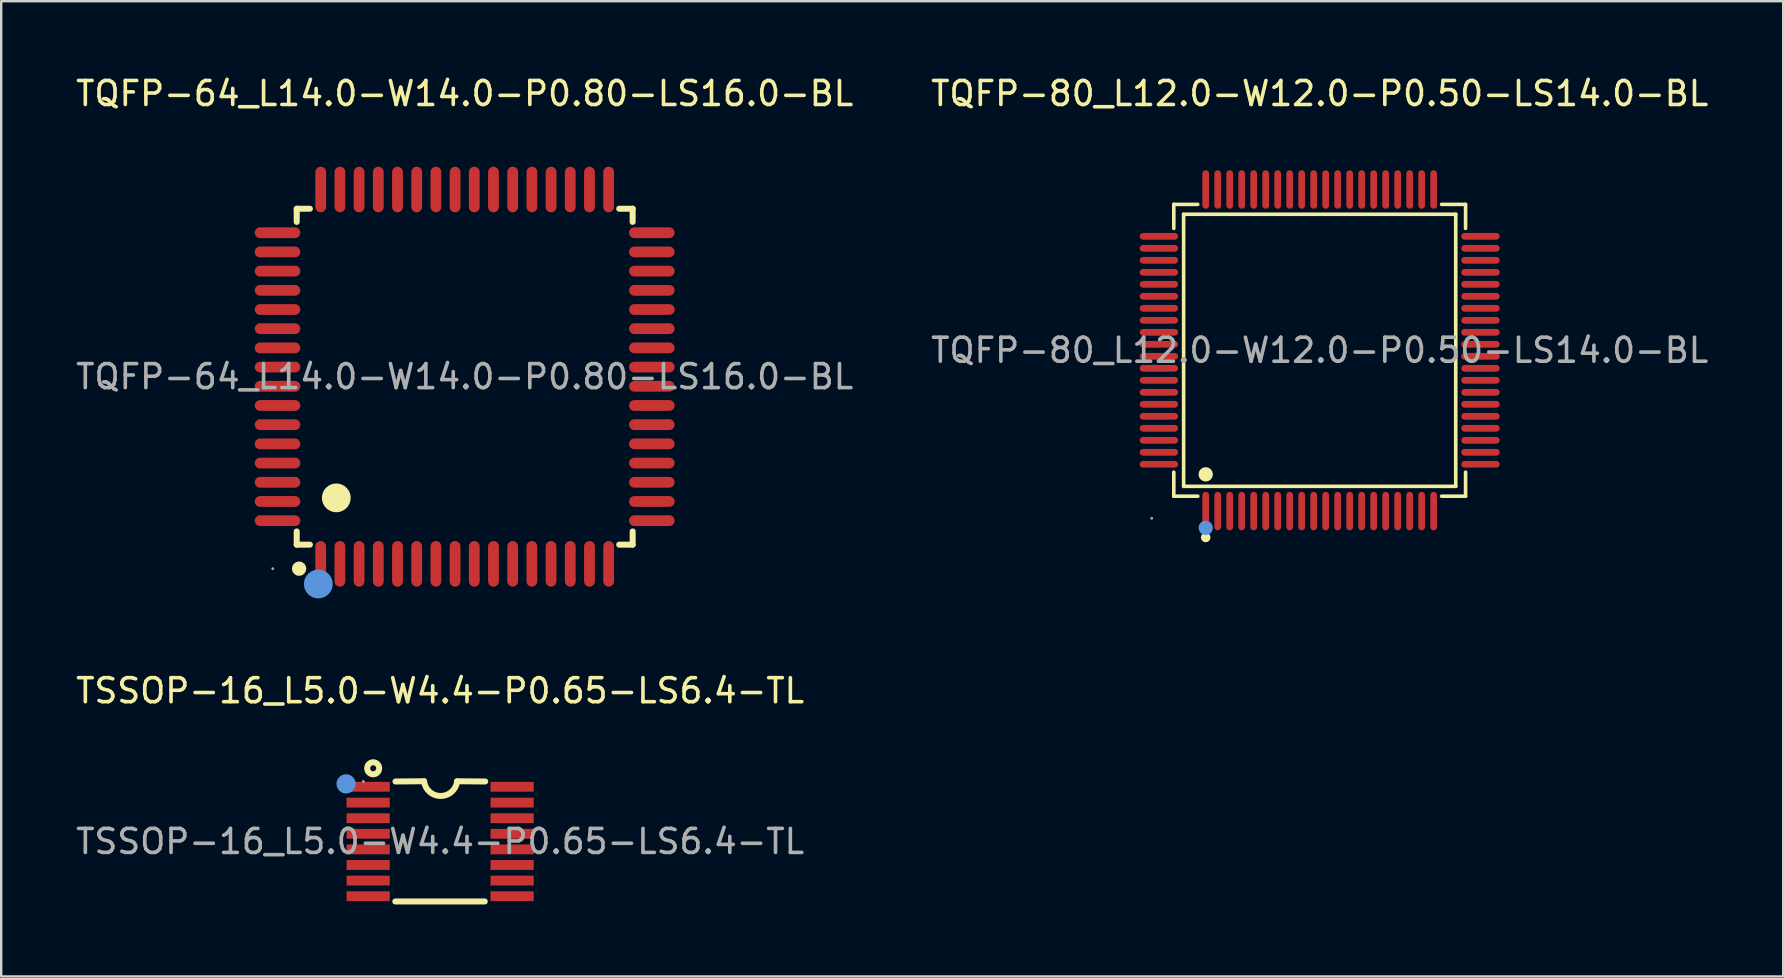
<source format=kicad_pcb>
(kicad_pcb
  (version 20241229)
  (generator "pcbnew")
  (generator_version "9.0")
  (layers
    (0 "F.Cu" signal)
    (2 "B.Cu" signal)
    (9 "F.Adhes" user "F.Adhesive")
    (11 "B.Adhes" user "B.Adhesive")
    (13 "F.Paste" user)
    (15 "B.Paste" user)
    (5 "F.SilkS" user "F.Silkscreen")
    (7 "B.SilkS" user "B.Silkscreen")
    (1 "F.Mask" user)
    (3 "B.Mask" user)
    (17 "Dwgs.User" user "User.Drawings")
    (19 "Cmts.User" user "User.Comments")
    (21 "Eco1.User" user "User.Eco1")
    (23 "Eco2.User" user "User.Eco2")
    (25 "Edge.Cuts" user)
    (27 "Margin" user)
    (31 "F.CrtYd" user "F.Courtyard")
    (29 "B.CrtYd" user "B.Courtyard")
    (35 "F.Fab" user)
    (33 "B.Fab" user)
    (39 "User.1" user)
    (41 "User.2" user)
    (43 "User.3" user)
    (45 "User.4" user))
  (footprint "TQFP-64_L14.0-W14.0-P0.80-LS16.0-BL"
    (layer "F.Cu")
    (at 16.315 12.648)
    (property "Reference" "TQFP-64_L14.0-W14.0-P0.80-LS16.0-BL" (at 0 -11.8 0) (layer "F.SilkS") (effects (font (size 1 1) (thickness 0.15))))
    (attr through_hole)
    (fp_line (start -7 -7) (end -6.45 -7) (stroke (width 0.25) (type solid)) (layer "F.SilkS"))
    (fp_line (start -7 -6.45) (end -7 -7) (stroke (width 0.25) (type solid)) (layer "F.SilkS"))
    (fp_line (start -7 7) (end -7 6.45) (stroke (width 0.25) (type solid)) (layer "F.SilkS"))
    (fp_line (start -6.45 7) (end -7 7) (stroke (width 0.25) (type solid)) (layer "F.SilkS"))
    (fp_line (start 6.44 -7) (end 7 -7) (stroke (width 0.25) (type solid)) (layer "F.SilkS"))
    (fp_line (start 7 -7) (end 7 -6.45) (stroke (width 0.25) (type solid)) (layer "F.SilkS"))
    (fp_line (start 7 6.45) (end 7 7) (stroke (width 0.25) (type solid)) (layer "F.SilkS"))
    (fp_line (start 7 7) (end 6.44 7) (stroke (width 0.25) (type solid)) (layer "F.SilkS"))
    (fp_arc (start -6.9 7.85) (mid -6.895001 8.149917) (end -6.909993 7.850333) (stroke (width 0.3) (type solid)) (layer "F.SilkS"))
    (fp_arc (start -5.35 5.05) (mid -5.35 5.05) (end -5.35 5.05) (stroke (width 0.6) (type solid)) (layer "F.SilkS"))
    (fp_circle (center -6.1 8.64) (end -5.8 8.64) (stroke (width 0.6) (type solid)) (fill no) (layer "Cmts.User"))
    (fp_circle (center -8 8) (end -7.97 8) (stroke (width 0.06) (type solid)) (fill no) (layer "F.Fab"))
    (fp_text user "${REFERENCE}" (at 0 0 0) (layer "F.Fab") (effects (font (size 1 1) (thickness 0.15))))
    (pad "1" smd oval (at -6 7.8 90) (size 1.9 0.45) (layers "F.Cu" "F.Mask" "F.Paste"))
    (pad "2" smd oval (at -5.2 7.8 90) (size 1.9 0.45) (layers "F.Cu" "F.Mask" "F.Paste"))
    (pad "3" smd oval (at -4.4 7.8 90) (size 1.9 0.45) (layers "F.Cu" "F.Mask" "F.Paste"))
    (pad "4" smd oval (at -3.6 7.8 90) (size 1.9 0.45) (layers "F.Cu" "F.Mask" "F.Paste"))
    (pad "5" smd oval (at -2.8 7.8 90) (size 1.9 0.45) (layers "F.Cu" "F.Mask" "F.Paste"))
    (pad "6" smd oval (at -2 7.8 90) (size 1.9 0.45) (layers "F.Cu" "F.Mask" "F.Paste"))
    (pad "7" smd oval (at -1.2 7.8 90) (size 1.9 0.45) (layers "F.Cu" "F.Mask" "F.Paste"))
    (pad "8" smd oval (at -0.4 7.8 90) (size 1.9 0.45) (layers "F.Cu" "F.Mask" "F.Paste"))
    (pad "9" smd oval (at 0.4 7.8 90) (size 1.9 0.45) (layers "F.Cu" "F.Mask" "F.Paste"))
    (pad "10" smd oval (at 1.2 7.8 90) (size 1.9 0.45) (layers "F.Cu" "F.Mask" "F.Paste"))
    (pad "11" smd oval (at 2 7.8 90) (size 1.9 0.45) (layers "F.Cu" "F.Mask" "F.Paste"))
    (pad "12" smd oval (at 2.8 7.8 90) (size 1.9 0.45) (layers "F.Cu" "F.Mask" "F.Paste"))
    (pad "13" smd oval (at 3.6 7.8 90) (size 1.9 0.45) (layers "F.Cu" "F.Mask" "F.Paste"))
    (pad "14" smd oval (at 4.4 7.8 90) (size 1.9 0.45) (layers "F.Cu" "F.Mask" "F.Paste"))
    (pad "15" smd oval (at 5.2 7.8 90) (size 1.9 0.45) (layers "F.Cu" "F.Mask" "F.Paste"))
    (pad "16" smd oval (at 6 7.8 90) (size 1.9 0.45) (layers "F.Cu" "F.Mask" "F.Paste"))
    (pad "17" smd oval (at 7.8 6 90) (size 0.45 1.9) (layers "F.Cu" "F.Mask" "F.Paste"))
    (pad "18" smd oval (at 7.8 5.2 90) (size 0.45 1.9) (layers "F.Cu" "F.Mask" "F.Paste"))
    (pad "19" smd oval (at 7.8 4.4 90) (size 0.45 1.9) (layers "F.Cu" "F.Mask" "F.Paste"))
    (pad "20" smd oval (at 7.8 3.6 90) (size 0.45 1.9) (layers "F.Cu" "F.Mask" "F.Paste"))
    (pad "21" smd oval (at 7.8 2.8 90) (size 0.45 1.9) (layers "F.Cu" "F.Mask" "F.Paste"))
    (pad "22" smd oval (at 7.8 2 90) (size 0.45 1.9) (layers "F.Cu" "F.Mask" "F.Paste"))
    (pad "23" smd oval (at 7.8 1.2 90) (size 0.45 1.9) (layers "F.Cu" "F.Mask" "F.Paste"))
    (pad "24" smd oval (at 7.8 0.4 90) (size 0.45 1.9) (layers "F.Cu" "F.Mask" "F.Paste"))
    (pad "25" smd oval (at 7.8 -0.4 90) (size 0.45 1.9) (layers "F.Cu" "F.Mask" "F.Paste"))
    (pad "26" smd oval (at 7.8 -1.2 90) (size 0.45 1.9) (layers "F.Cu" "F.Mask" "F.Paste"))
    (pad "27" smd oval (at 7.8 -2 90) (size 0.45 1.9) (layers "F.Cu" "F.Mask" "F.Paste"))
    (pad "28" smd oval (at 7.8 -2.8 90) (size 0.45 1.9) (layers "F.Cu" "F.Mask" "F.Paste"))
    (pad "29" smd oval (at 7.8 -3.6 90) (size 0.45 1.9) (layers "F.Cu" "F.Mask" "F.Paste"))
    (pad "30" smd oval (at 7.8 -4.4 90) (size 0.45 1.9) (layers "F.Cu" "F.Mask" "F.Paste"))
    (pad "31" smd oval (at 7.8 -5.2 90) (size 0.45 1.9) (layers "F.Cu" "F.Mask" "F.Paste"))
    (pad "32" smd oval (at 7.8 -6 90) (size 0.45 1.9) (layers "F.Cu" "F.Mask" "F.Paste"))
    (pad "33" smd oval (at 6 -7.8 90) (size 1.9 0.45) (layers "F.Cu" "F.Mask" "F.Paste"))
    (pad "34" smd oval (at 5.2 -7.8 90) (size 1.9 0.45) (layers "F.Cu" "F.Mask" "F.Paste"))
    (pad "35" smd oval (at 4.4 -7.8 90) (size 1.9 0.45) (layers "F.Cu" "F.Mask" "F.Paste"))
    (pad "36" smd oval (at 3.6 -7.8 90) (size 1.9 0.45) (layers "F.Cu" "F.Mask" "F.Paste"))
    (pad "37" smd oval (at 2.8 -7.8 90) (size 1.9 0.45) (layers "F.Cu" "F.Mask" "F.Paste"))
    (pad "38" smd oval (at 2 -7.8 90) (size 1.9 0.45) (layers "F.Cu" "F.Mask" "F.Paste"))
    (pad "39" smd oval (at 1.2 -7.8 90) (size 1.9 0.45) (layers "F.Cu" "F.Mask" "F.Paste"))
    (pad "40" smd oval (at 0.4 -7.8 90) (size 1.9 0.45) (layers "F.Cu" "F.Mask" "F.Paste"))
    (pad "41" smd oval (at -0.4 -7.8 90) (size 1.9 0.45) (layers "F.Cu" "F.Mask" "F.Paste"))
    (pad "42" smd oval (at -1.2 -7.8 90) (size 1.9 0.45) (layers "F.Cu" "F.Mask" "F.Paste"))
    (pad "43" smd oval (at -2 -7.8 90) (size 1.9 0.45) (layers "F.Cu" "F.Mask" "F.Paste"))
    (pad "44" smd oval (at -2.8 -7.8 90) (size 1.9 0.45) (layers "F.Cu" "F.Mask" "F.Paste"))
    (pad "45" smd oval (at -3.6 -7.8 90) (size 1.9 0.45) (layers "F.Cu" "F.Mask" "F.Paste"))
    (pad "46" smd oval (at -4.4 -7.8 90) (size 1.9 0.45) (layers "F.Cu" "F.Mask" "F.Paste"))
    (pad "47" smd oval (at -5.2 -7.8 90) (size 1.9 0.45) (layers "F.Cu" "F.Mask" "F.Paste"))
    (pad "48" smd oval (at -6 -7.8 90) (size 1.9 0.45) (layers "F.Cu" "F.Mask" "F.Paste"))
    (pad "49" smd oval (at -7.8 -6 90) (size 0.45 1.9) (layers "F.Cu" "F.Mask" "F.Paste"))
    (pad "50" smd oval (at -7.8 -5.2 90) (size 0.45 1.9) (layers "F.Cu" "F.Mask" "F.Paste"))
    (pad "51" smd oval (at -7.8 -4.4 90) (size 0.45 1.9) (layers "F.Cu" "F.Mask" "F.Paste"))
    (pad "52" smd oval (at -7.8 -3.6 90) (size 0.45 1.9) (layers "F.Cu" "F.Mask" "F.Paste"))
    (pad "53" smd oval (at -7.8 -2.8 90) (size 0.45 1.9) (layers "F.Cu" "F.Mask" "F.Paste"))
    (pad "54" smd oval (at -7.8 -2 90) (size 0.45 1.9) (layers "F.Cu" "F.Mask" "F.Paste"))
    (pad "55" smd oval (at -7.8 -1.2 90) (size 0.45 1.9) (layers "F.Cu" "F.Mask" "F.Paste"))
    (pad "56" smd oval (at -7.8 -0.4 90) (size 0.45 1.9) (layers "F.Cu" "F.Mask" "F.Paste"))
    (pad "57" smd oval (at -7.8 0.4 90) (size 0.45 1.9) (layers "F.Cu" "F.Mask" "F.Paste"))
    (pad "58" smd oval (at -7.8 1.2 90) (size 0.45 1.9) (layers "F.Cu" "F.Mask" "F.Paste"))
    (pad "59" smd oval (at -7.8 2 90) (size 0.45 1.9) (layers "F.Cu" "F.Mask" "F.Paste"))
    (pad "60" smd oval (at -7.8 2.8 90) (size 0.45 1.9) (layers "F.Cu" "F.Mask" "F.Paste"))
    (pad "61" smd oval (at -7.8 3.6 90) (size 0.45 1.9) (layers "F.Cu" "F.Mask" "F.Paste"))
    (pad "62" smd oval (at -7.8 4.4 90) (size 0.45 1.9) (layers "F.Cu" "F.Mask" "F.Paste"))
    (pad "63" smd oval (at -7.8 5.2 90) (size 0.45 1.9) (layers "F.Cu" "F.Mask" "F.Paste"))
    (pad "64" smd oval (at -7.8 6 90) (size 0.45 1.9) (layers "F.Cu" "F.Mask" "F.Paste")))
  (footprint "TQFP-80_L12.0-W12.0-P0.50-LS14.0-BL"
    (layer "F.Cu")
    (at 51.946 11.548)
    (property "Reference" "TQFP-80_L12.0-W12.0-P0.50-LS14.0-BL" (at 0 -10.7 0) (layer "F.SilkS") (effects (font (size 1 1) (thickness 0.15))))
    (attr through_hole)
    (fp_line (start -6.08 -6.08) (end -5.08 -6.08) (stroke (width 0.15) (type solid)) (layer "F.SilkS"))
    (fp_line (start -6.08 -5.08) (end -6.08 -6.08) (stroke (width 0.15) (type solid)) (layer "F.SilkS"))
    (fp_line (start -6.08 5.08) (end -6.08 6.08) (stroke (width 0.15) (type solid)) (layer "F.SilkS"))
    (fp_line (start -6.08 6.08) (end -5.08 6.08) (stroke (width 0.15) (type solid)) (layer "F.SilkS"))
    (fp_line (start -5.67 -5.67) (end 5.67 -5.67) (stroke (width 0.15) (type solid)) (layer "F.SilkS"))
    (fp_line (start -5.67 5.67) (end -5.67 -5.67) (stroke (width 0.15) (type solid)) (layer "F.SilkS"))
    (fp_line (start 5.67 -5.67) (end 5.67 5.67) (stroke (width 0.15) (type solid)) (layer "F.SilkS"))
    (fp_line (start 5.67 5.67) (end -5.67 5.67) (stroke (width 0.15) (type solid)) (layer "F.SilkS"))
    (fp_line (start 6.08 -6.08) (end 5.08 -6.08) (stroke (width 0.15) (type solid)) (layer "F.SilkS"))
    (fp_line (start 6.08 -5.08) (end 6.08 -6.08) (stroke (width 0.15) (type solid)) (layer "F.SilkS"))
    (fp_line (start 6.08 5.08) (end 6.08 6.08) (stroke (width 0.15) (type solid)) (layer "F.SilkS"))
    (fp_line (start 6.08 6.08) (end 5.08 6.08) (stroke (width 0.15) (type solid)) (layer "F.SilkS"))
    (fp_circle (center -4.75 5.17) (end -4.6 5.17) (stroke (width 0.3) (type solid)) (fill no) (layer "F.SilkS"))
    (fp_circle (center -4.75 7.8) (end -4.65 7.8) (stroke (width 0.2) (type solid)) (fill no) (layer "F.SilkS"))
    (fp_circle (center -4.75 7.4) (end -4.6 7.4) (stroke (width 0.3) (type solid)) (fill no) (layer "Cmts.User"))
    (fp_circle (center -7 7) (end -6.97 7) (stroke (width 0.06) (type solid)) (fill no) (layer "F.Fab"))
    (fp_text user "${REFERENCE}" (at 0 0 0) (layer "F.Fab") (effects (font (size 1 1) (thickness 0.15))))
    (pad "1" smd oval (at -4.75 6.7) (size 0.28 1.6) (layers "F.Cu" "F.Mask" "F.Paste"))
    (pad "2" smd oval (at -4.25 6.7) (size 0.28 1.6) (layers "F.Cu" "F.Mask" "F.Paste"))
    (pad "3" smd oval (at -3.75 6.7) (size 0.28 1.6) (layers "F.Cu" "F.Mask" "F.Paste"))
    (pad "4" smd oval (at -3.25 6.7) (size 0.28 1.6) (layers "F.Cu" "F.Mask" "F.Paste"))
    (pad "5" smd oval (at -2.75 6.7) (size 0.28 1.6) (layers "F.Cu" "F.Mask" "F.Paste"))
    (pad "6" smd oval (at -2.25 6.7) (size 0.28 1.6) (layers "F.Cu" "F.Mask" "F.Paste"))
    (pad "7" smd oval (at -1.75 6.7) (size 0.28 1.6) (layers "F.Cu" "F.Mask" "F.Paste"))
    (pad "8" smd oval (at -1.25 6.7) (size 0.28 1.6) (layers "F.Cu" "F.Mask" "F.Paste"))
    (pad "9" smd oval (at -0.75 6.7) (size 0.28 1.6) (layers "F.Cu" "F.Mask" "F.Paste"))
    (pad "10" smd oval (at -0.25 6.7) (size 0.28 1.6) (layers "F.Cu" "F.Mask" "F.Paste"))
    (pad "11" smd oval (at 0.25 6.7) (size 0.28 1.6) (layers "F.Cu" "F.Mask" "F.Paste"))
    (pad "12" smd oval (at 0.75 6.7) (size 0.28 1.6) (layers "F.Cu" "F.Mask" "F.Paste"))
    (pad "13" smd oval (at 1.25 6.7) (size 0.28 1.6) (layers "F.Cu" "F.Mask" "F.Paste"))
    (pad "14" smd oval (at 1.75 6.7) (size 0.28 1.6) (layers "F.Cu" "F.Mask" "F.Paste"))
    (pad "15" smd oval (at 2.25 6.7) (size 0.28 1.6) (layers "F.Cu" "F.Mask" "F.Paste"))
    (pad "16" smd oval (at 2.75 6.7) (size 0.28 1.6) (layers "F.Cu" "F.Mask" "F.Paste"))
    (pad "17" smd oval (at 3.25 6.7) (size 0.28 1.6) (layers "F.Cu" "F.Mask" "F.Paste"))
    (pad "18" smd oval (at 3.75 6.7) (size 0.28 1.6) (layers "F.Cu" "F.Mask" "F.Paste"))
    (pad "19" smd oval (at 4.25 6.7) (size 0.28 1.6) (layers "F.Cu" "F.Mask" "F.Paste"))
    (pad "20" smd oval (at 4.75 6.7) (size 0.28 1.6) (layers "F.Cu" "F.Mask" "F.Paste"))
    (pad "21" smd oval (at 6.7 4.75) (size 1.6 0.28) (layers "F.Cu" "F.Mask" "F.Paste"))
    (pad "22" smd oval (at 6.7 4.25) (size 1.6 0.28) (layers "F.Cu" "F.Mask" "F.Paste"))
    (pad "23" smd oval (at 6.7 3.75) (size 1.6 0.28) (layers "F.Cu" "F.Mask" "F.Paste"))
    (pad "24" smd oval (at 6.7 3.25) (size 1.6 0.28) (layers "F.Cu" "F.Mask" "F.Paste"))
    (pad "25" smd oval (at 6.7 2.75) (size 1.6 0.28) (layers "F.Cu" "F.Mask" "F.Paste"))
    (pad "26" smd oval (at 6.7 2.25) (size 1.6 0.28) (layers "F.Cu" "F.Mask" "F.Paste"))
    (pad "27" smd oval (at 6.7 1.75) (size 1.6 0.28) (layers "F.Cu" "F.Mask" "F.Paste"))
    (pad "28" smd oval (at 6.7 1.25) (size 1.6 0.28) (layers "F.Cu" "F.Mask" "F.Paste"))
    (pad "29" smd oval (at 6.7 0.75) (size 1.6 0.28) (layers "F.Cu" "F.Mask" "F.Paste"))
    (pad "30" smd oval (at 6.7 0.25) (size 1.6 0.28) (layers "F.Cu" "F.Mask" "F.Paste"))
    (pad "31" smd oval (at 6.7 -0.25) (size 1.6 0.28) (layers "F.Cu" "F.Mask" "F.Paste"))
    (pad "32" smd oval (at 6.7 -0.75) (size 1.6 0.28) (layers "F.Cu" "F.Mask" "F.Paste"))
    (pad "33" smd oval (at 6.7 -1.25) (size 1.6 0.28) (layers "F.Cu" "F.Mask" "F.Paste"))
    (pad "34" smd oval (at 6.7 -1.75) (size 1.6 0.28) (layers "F.Cu" "F.Mask" "F.Paste"))
    (pad "35" smd oval (at 6.7 -2.25) (size 1.6 0.28) (layers "F.Cu" "F.Mask" "F.Paste"))
    (pad "36" smd oval (at 6.7 -2.75) (size 1.6 0.28) (layers "F.Cu" "F.Mask" "F.Paste"))
    (pad "37" smd oval (at 6.7 -3.25) (size 1.6 0.28) (layers "F.Cu" "F.Mask" "F.Paste"))
    (pad "38" smd oval (at 6.7 -3.75) (size 1.6 0.28) (layers "F.Cu" "F.Mask" "F.Paste"))
    (pad "39" smd oval (at 6.7 -4.25) (size 1.6 0.28) (layers "F.Cu" "F.Mask" "F.Paste"))
    (pad "40" smd oval (at 6.7 -4.75) (size 1.6 0.28) (layers "F.Cu" "F.Mask" "F.Paste"))
    (pad "41" smd oval (at 4.75 -6.7) (size 0.28 1.6) (layers "F.Cu" "F.Mask" "F.Paste"))
    (pad "42" smd oval (at 4.25 -6.7) (size 0.28 1.6) (layers "F.Cu" "F.Mask" "F.Paste"))
    (pad "43" smd oval (at 3.75 -6.7) (size 0.28 1.6) (layers "F.Cu" "F.Mask" "F.Paste"))
    (pad "44" smd oval (at 3.25 -6.7) (size 0.28 1.6) (layers "F.Cu" "F.Mask" "F.Paste"))
    (pad "45" smd oval (at 2.75 -6.7) (size 0.28 1.6) (layers "F.Cu" "F.Mask" "F.Paste"))
    (pad "46" smd oval (at 2.25 -6.7) (size 0.28 1.6) (layers "F.Cu" "F.Mask" "F.Paste"))
    (pad "47" smd oval (at 1.75 -6.7) (size 0.28 1.6) (layers "F.Cu" "F.Mask" "F.Paste"))
    (pad "48" smd oval (at 1.25 -6.7) (size 0.28 1.6) (layers "F.Cu" "F.Mask" "F.Paste"))
    (pad "49" smd oval (at 0.75 -6.7) (size 0.28 1.6) (layers "F.Cu" "F.Mask" "F.Paste"))
    (pad "50" smd oval (at 0.25 -6.7) (size 0.28 1.6) (layers "F.Cu" "F.Mask" "F.Paste"))
    (pad "51" smd oval (at -0.25 -6.7) (size 0.28 1.6) (layers "F.Cu" "F.Mask" "F.Paste"))
    (pad "52" smd oval (at -0.75 -6.7) (size 0.28 1.6) (layers "F.Cu" "F.Mask" "F.Paste"))
    (pad "53" smd oval (at -1.25 -6.7) (size 0.28 1.6) (layers "F.Cu" "F.Mask" "F.Paste"))
    (pad "54" smd oval (at -1.75 -6.7) (size 0.28 1.6) (layers "F.Cu" "F.Mask" "F.Paste"))
    (pad "55" smd oval (at -2.25 -6.7) (size 0.28 1.6) (layers "F.Cu" "F.Mask" "F.Paste"))
    (pad "56" smd oval (at -2.75 -6.7) (size 0.28 1.6) (layers "F.Cu" "F.Mask" "F.Paste"))
    (pad "57" smd oval (at -3.25 -6.7) (size 0.28 1.6) (layers "F.Cu" "F.Mask" "F.Paste"))
    (pad "58" smd oval (at -3.75 -6.7) (size 0.28 1.6) (layers "F.Cu" "F.Mask" "F.Paste"))
    (pad "59" smd oval (at -4.25 -6.7) (size 0.28 1.6) (layers "F.Cu" "F.Mask" "F.Paste"))
    (pad "60" smd oval (at -4.75 -6.7) (size 0.28 1.6) (layers "F.Cu" "F.Mask" "F.Paste"))
    (pad "61" smd oval (at -6.7 -4.75) (size 1.6 0.28) (layers "F.Cu" "F.Mask" "F.Paste"))
    (pad "62" smd oval (at -6.7 -4.25) (size 1.6 0.28) (layers "F.Cu" "F.Mask" "F.Paste"))
    (pad "63" smd oval (at -6.7 -3.75) (size 1.6 0.28) (layers "F.Cu" "F.Mask" "F.Paste"))
    (pad "64" smd oval (at -6.7 -3.25) (size 1.6 0.28) (layers "F.Cu" "F.Mask" "F.Paste"))
    (pad "65" smd oval (at -6.7 -2.75) (size 1.6 0.28) (layers "F.Cu" "F.Mask" "F.Paste"))
    (pad "66" smd oval (at -6.7 -2.25) (size 1.6 0.28) (layers "F.Cu" "F.Mask" "F.Paste"))
    (pad "67" smd oval (at -6.7 -1.75) (size 1.6 0.28) (layers "F.Cu" "F.Mask" "F.Paste"))
    (pad "68" smd oval (at -6.7 -1.25) (size 1.6 0.28) (layers "F.Cu" "F.Mask" "F.Paste"))
    (pad "69" smd oval (at -6.7 -0.75) (size 1.6 0.28) (layers "F.Cu" "F.Mask" "F.Paste"))
    (pad "70" smd oval (at -6.7 -0.25) (size 1.6 0.28) (layers "F.Cu" "F.Mask" "F.Paste"))
    (pad "71" smd oval (at -6.7 0.25) (size 1.6 0.28) (layers "F.Cu" "F.Mask" "F.Paste"))
    (pad "72" smd oval (at -6.7 0.75) (size 1.6 0.28) (layers "F.Cu" "F.Mask" "F.Paste"))
    (pad "73" smd oval (at -6.7 1.25) (size 1.6 0.28) (layers "F.Cu" "F.Mask" "F.Paste"))
    (pad "74" smd oval (at -6.7 1.75) (size 1.6 0.28) (layers "F.Cu" "F.Mask" "F.Paste"))
    (pad "75" smd oval (at -6.7 2.25) (size 1.6 0.28) (layers "F.Cu" "F.Mask" "F.Paste"))
    (pad "76" smd oval (at -6.7 2.75) (size 1.6 0.28) (layers "F.Cu" "F.Mask" "F.Paste"))
    (pad "77" smd oval (at -6.7 3.25) (size 1.6 0.28) (layers "F.Cu" "F.Mask" "F.Paste"))
    (pad "78" smd oval (at -6.7 3.75) (size 1.6 0.28) (layers "F.Cu" "F.Mask" "F.Paste"))
    (pad "79" smd oval (at -6.7 4.25) (size 1.6 0.28) (layers "F.Cu" "F.Mask" "F.Paste"))
    (pad "80" smd oval (at -6.7 4.75) (size 1.6 0.28) (layers "F.Cu" "F.Mask" "F.Paste")))
  (footprint "TSSOP-16_L5.0-W4.4-P0.65-LS6.4-TL"
    (layer "F.Cu")
    (at 15.292 32.017)
    (property "Reference" "TSSOP-16_L5.0-W4.4-P0.65-LS6.4-TL" (at 0 -6.28 0) (layer "F.SilkS") (effects (font (size 1 1) (thickness 0.15))))
    (attr through_hole)
    (fp_line (start -1.87 2.5) (end 1.86 2.5) (stroke (width 0.25) (type solid)) (layer "F.SilkS"))
    (fp_line (start -1.86 -2.5) (end -0.67 -2.51) (stroke (width 0.25) (type solid)) (layer "F.SilkS"))
    (fp_line (start 0.7 -2.51) (end 1.88 -2.5) (stroke (width 0.25) (type solid)) (layer "F.SilkS"))
    (fp_arc (start 0.709165 -2.503103) (mid 0.016526 -1.895387) (end -0.67 -2.51) (stroke (width 0.25) (type solid)) (layer "F.SilkS"))
    (fp_circle (center -2.79 -3.05) (end -2.54 -3.05) (stroke (width 0.25) (type solid)) (fill no) (layer "F.SilkS"))
    (fp_circle (center -3.92 -2.4) (end -3.72 -2.4) (stroke (width 0.4) (type solid)) (fill no) (layer "Cmts.User"))
    (fp_circle (center -3.2 -2.5) (end -3.17 -2.5) (stroke (width 0.06) (type solid)) (fill no) (layer "F.Fab"))
    (fp_text user "${REFERENCE}" (at 0 0 0) (layer "F.Fab") (effects (font (size 1 1) (thickness 0.15))))
    (pad "1" smd rect (at -3 -2.28) (size 1.8 0.41) (layers "F.Cu" "F.Mask" "F.Paste"))
    (pad "2" smd rect (at -3 -1.62) (size 1.8 0.41) (layers "F.Cu" "F.Mask" "F.Paste"))
    (pad "3" smd rect (at -3 -0.97) (size 1.8 0.41) (layers "F.Cu" "F.Mask" "F.Paste"))
    (pad "4" smd rect (at -3 -0.32) (size 1.8 0.41) (layers "F.Cu" "F.Mask" "F.Paste"))
    (pad "5" smd rect (at -3 0.33) (size 1.8 0.41) (layers "F.Cu" "F.Mask" "F.Paste"))
    (pad "6" smd rect (at -3 0.98) (size 1.8 0.41) (layers "F.Cu" "F.Mask" "F.Paste"))
    (pad "7" smd rect (at -3 1.63) (size 1.8 0.41) (layers "F.Cu" "F.Mask" "F.Paste"))
    (pad "8" smd rect (at -3 2.28) (size 1.8 0.41) (layers "F.Cu" "F.Mask" "F.Paste"))
    (pad "9" smd rect (at 3 2.28) (size 1.8 0.41) (layers "F.Cu" "F.Mask" "F.Paste"))
    (pad "10" smd rect (at 3 1.63) (size 1.8 0.41) (layers "F.Cu" "F.Mask" "F.Paste"))
    (pad "11" smd rect (at 3 0.98) (size 1.8 0.41) (layers "F.Cu" "F.Mask" "F.Paste"))
    (pad "12" smd rect (at 3 0.33) (size 1.8 0.41) (layers "F.Cu" "F.Mask" "F.Paste"))
    (pad "13" smd rect (at 3 -0.32) (size 1.8 0.41) (layers "F.Cu" "F.Mask" "F.Paste"))
    (pad "14" smd rect (at 3 -0.97) (size 1.8 0.41) (layers "F.Cu" "F.Mask" "F.Paste"))
    (pad "15" smd rect (at 3 -1.62) (size 1.8 0.41) (layers "F.Cu" "F.Mask" "F.Paste"))
    (pad "16" smd rect (at 3 -2.28) (size 1.8 0.41) (layers "F.Cu" "F.Mask" "F.Paste")))
  (gr_rect
    (start -3 -3)
    (end 71.262 37.642)
    (stroke (width 0.1) (type default))
    (fill no)
    (layer "Edge.Cuts")))
</source>
